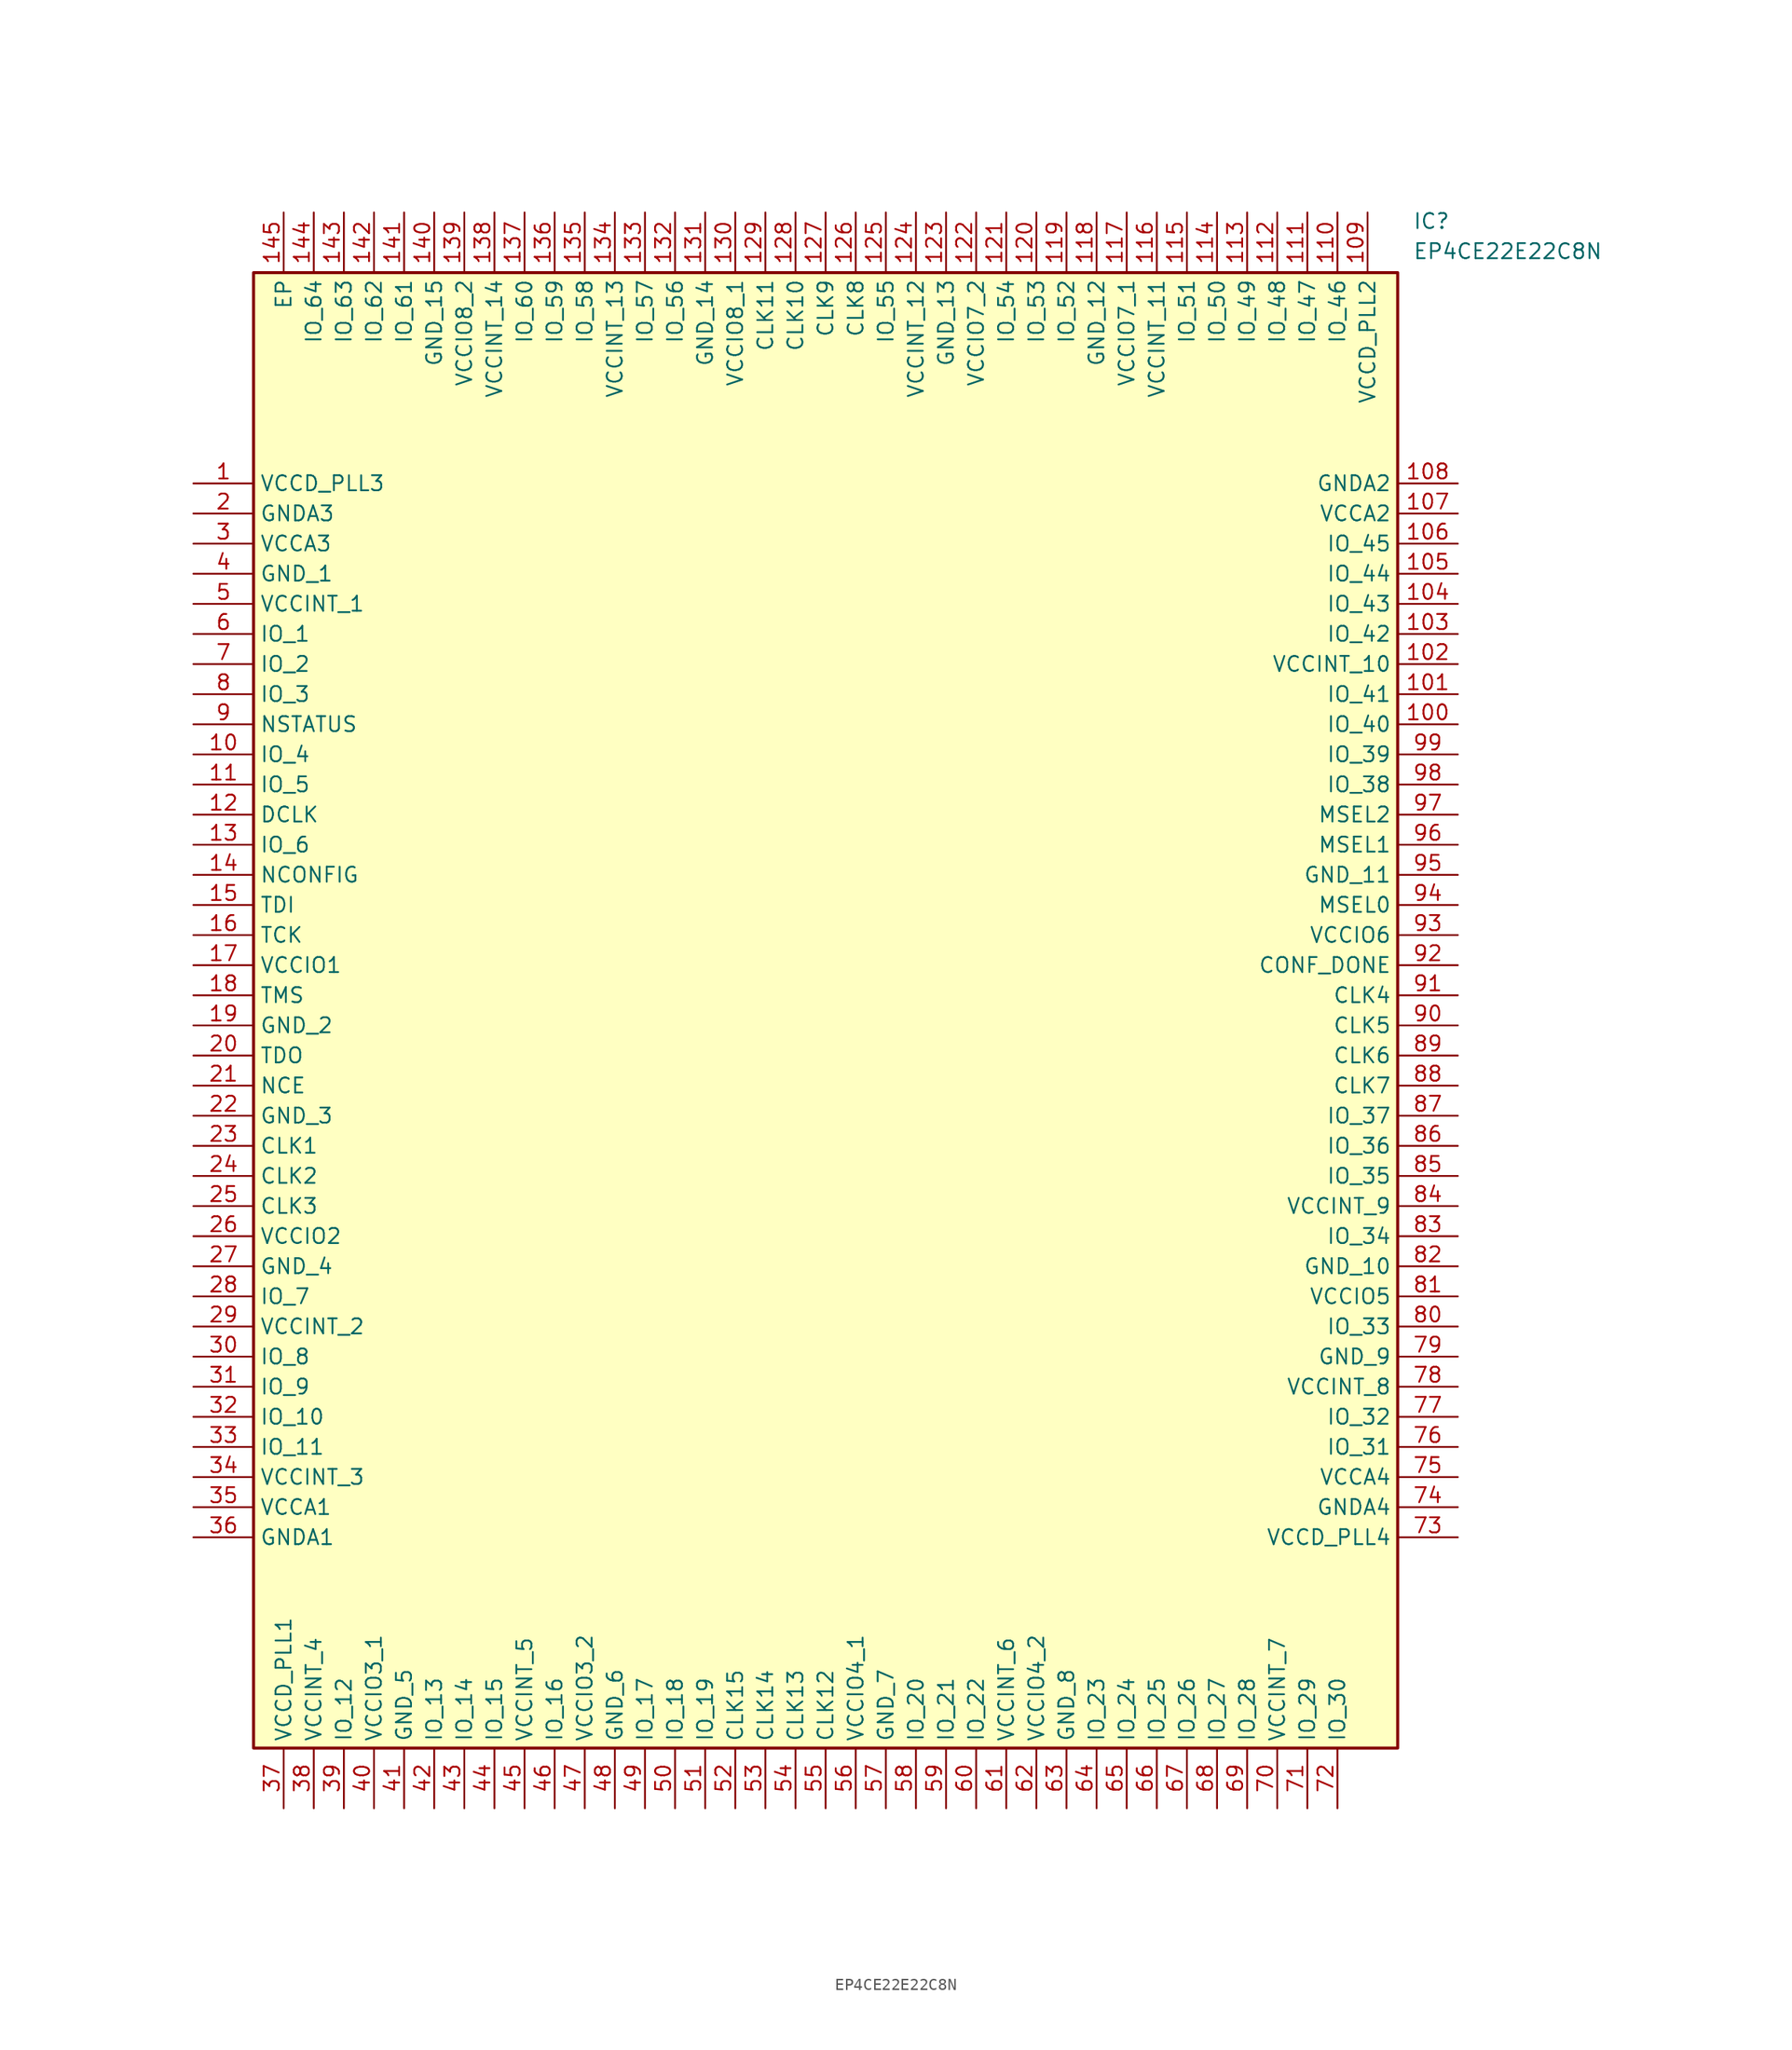
<source format=kicad_sym>
(kicad_symbol_lib
  (version 20211014)
  (generator SamacSys_ECAD_Model)
  (symbol "EP4CE22E22C8N"
    (property "Reference" "IC"
      (at 102.87 22.86 0)
      (effects (font (size 1.27 1.27)) (justify left top)))
    (property "Value" "EP4CE22E22C8N"
      (at 102.87 20.32 0)
      (effects (font (size 1.27 1.27)) (justify left top)))
    (rectangle
      (start 5.08 17.78)
      (end 101.6 -106.68)
      (stroke (width 0.254) (type default))
      (fill (type background)))
    (pin passive line
      (at 0 0 0)
      (length 5.08)
      (name "VCCD_PLL3" (effects (font (size 1.27 1.27))))
      (number "1" (effects (font (size 1.27 1.27)))))
    (pin passive line
      (at 0 -2.54 0)
      (length 5.08)
      (name "GNDA3" (effects (font (size 1.27 1.27))))
      (number "2" (effects (font (size 1.27 1.27)))))
    (pin passive line
      (at 0 -5.08 0)
      (length 5.08)
      (name "VCCA3" (effects (font (size 1.27 1.27))))
      (number "3" (effects (font (size 1.27 1.27)))))
    (pin passive line
      (at 0 -7.62 0)
      (length 5.08)
      (name "GND_1" (effects (font (size 1.27 1.27))))
      (number "4" (effects (font (size 1.27 1.27)))))
    (pin passive line
      (at 0 -10.16 0)
      (length 5.08)
      (name "VCCINT_1" (effects (font (size 1.27 1.27))))
      (number "5" (effects (font (size 1.27 1.27)))))
    (pin passive line
      (at 0 -12.7 0)
      (length 5.08)
      (name "IO_1" (effects (font (size 1.27 1.27))))
      (number "6" (effects (font (size 1.27 1.27)))))
    (pin passive line
      (at 0 -15.24 0)
      (length 5.08)
      (name "IO_2" (effects (font (size 1.27 1.27))))
      (number "7" (effects (font (size 1.27 1.27)))))
    (pin passive line
      (at 0 -17.78 0)
      (length 5.08)
      (name "IO_3" (effects (font (size 1.27 1.27))))
      (number "8" (effects (font (size 1.27 1.27)))))
    (pin passive line
      (at 0 -20.32 0)
      (length 5.08)
      (name "NSTATUS" (effects (font (size 1.27 1.27))))
      (number "9" (effects (font (size 1.27 1.27)))))
    (pin passive line
      (at 0 -22.86 0)
      (length 5.08)
      (name "IO_4" (effects (font (size 1.27 1.27))))
      (number "10" (effects (font (size 1.27 1.27)))))
    (pin passive line
      (at 0 -25.4 0)
      (length 5.08)
      (name "IO_5" (effects (font (size 1.27 1.27))))
      (number "11" (effects (font (size 1.27 1.27)))))
    (pin passive line
      (at 0 -27.94 0)
      (length 5.08)
      (name "DCLK" (effects (font (size 1.27 1.27))))
      (number "12" (effects (font (size 1.27 1.27)))))
    (pin passive line
      (at 0 -30.48 0)
      (length 5.08)
      (name "IO_6" (effects (font (size 1.27 1.27))))
      (number "13" (effects (font (size 1.27 1.27)))))
    (pin passive line
      (at 0 -33.02 0)
      (length 5.08)
      (name "NCONFIG" (effects (font (size 1.27 1.27))))
      (number "14" (effects (font (size 1.27 1.27)))))
    (pin passive line
      (at 0 -35.56 0)
      (length 5.08)
      (name "TDI" (effects (font (size 1.27 1.27))))
      (number "15" (effects (font (size 1.27 1.27)))))
    (pin passive line
      (at 0 -38.1 0)
      (length 5.08)
      (name "TCK" (effects (font (size 1.27 1.27))))
      (number "16" (effects (font (size 1.27 1.27)))))
    (pin passive line
      (at 0 -40.64 0)
      (length 5.08)
      (name "VCCIO1" (effects (font (size 1.27 1.27))))
      (number "17" (effects (font (size 1.27 1.27)))))
    (pin passive line
      (at 0 -43.18 0)
      (length 5.08)
      (name "TMS" (effects (font (size 1.27 1.27))))
      (number "18" (effects (font (size 1.27 1.27)))))
    (pin passive line
      (at 0 -45.72 0)
      (length 5.08)
      (name "GND_2" (effects (font (size 1.27 1.27))))
      (number "19" (effects (font (size 1.27 1.27)))))
    (pin passive line
      (at 0 -48.26 0)
      (length 5.08)
      (name "TDO" (effects (font (size 1.27 1.27))))
      (number "20" (effects (font (size 1.27 1.27)))))
    (pin passive line
      (at 0 -50.8 0)
      (length 5.08)
      (name "NCE" (effects (font (size 1.27 1.27))))
      (number "21" (effects (font (size 1.27 1.27)))))
    (pin passive line
      (at 0 -53.34 0)
      (length 5.08)
      (name "GND_3" (effects (font (size 1.27 1.27))))
      (number "22" (effects (font (size 1.27 1.27)))))
    (pin passive line
      (at 0 -55.88 0)
      (length 5.08)
      (name "CLK1" (effects (font (size 1.27 1.27))))
      (number "23" (effects (font (size 1.27 1.27)))))
    (pin passive line
      (at 0 -58.42 0)
      (length 5.08)
      (name "CLK2" (effects (font (size 1.27 1.27))))
      (number "24" (effects (font (size 1.27 1.27)))))
    (pin passive line
      (at 0 -60.96 0)
      (length 5.08)
      (name "CLK3" (effects (font (size 1.27 1.27))))
      (number "25" (effects (font (size 1.27 1.27)))))
    (pin passive line
      (at 0 -63.5 0)
      (length 5.08)
      (name "VCCIO2" (effects (font (size 1.27 1.27))))
      (number "26" (effects (font (size 1.27 1.27)))))
    (pin passive line
      (at 0 -66.04 0)
      (length 5.08)
      (name "GND_4" (effects (font (size 1.27 1.27))))
      (number "27" (effects (font (size 1.27 1.27)))))
    (pin passive line
      (at 0 -68.58 0)
      (length 5.08)
      (name "IO_7" (effects (font (size 1.27 1.27))))
      (number "28" (effects (font (size 1.27 1.27)))))
    (pin passive line
      (at 0 -71.12 0)
      (length 5.08)
      (name "VCCINT_2" (effects (font (size 1.27 1.27))))
      (number "29" (effects (font (size 1.27 1.27)))))
    (pin passive line
      (at 0 -73.66 0)
      (length 5.08)
      (name "IO_8" (effects (font (size 1.27 1.27))))
      (number "30" (effects (font (size 1.27 1.27)))))
    (pin passive line
      (at 0 -76.2 0)
      (length 5.08)
      (name "IO_9" (effects (font (size 1.27 1.27))))
      (number "31" (effects (font (size 1.27 1.27)))))
    (pin passive line
      (at 0 -78.74 0)
      (length 5.08)
      (name "IO_10" (effects (font (size 1.27 1.27))))
      (number "32" (effects (font (size 1.27 1.27)))))
    (pin passive line
      (at 0 -81.28 0)
      (length 5.08)
      (name "IO_11" (effects (font (size 1.27 1.27))))
      (number "33" (effects (font (size 1.27 1.27)))))
    (pin passive line
      (at 0 -83.82 0)
      (length 5.08)
      (name "VCCINT_3" (effects (font (size 1.27 1.27))))
      (number "34" (effects (font (size 1.27 1.27)))))
    (pin passive line
      (at 0 -86.36 0)
      (length 5.08)
      (name "VCCA1" (effects (font (size 1.27 1.27))))
      (number "35" (effects (font (size 1.27 1.27)))))
    (pin passive line
      (at 0 -88.9 0)
      (length 5.08)
      (name "GNDA1" (effects (font (size 1.27 1.27))))
      (number "36" (effects (font (size 1.27 1.27)))))
    (pin passive line
      (at 7.62 -111.76 90)
      (length 5.08)
      (name "VCCD_PLL1" (effects (font (size 1.27 1.27))))
      (number "37" (effects (font (size 1.27 1.27)))))
    (pin passive line
      (at 10.16 -111.76 90)
      (length 5.08)
      (name "VCCINT_4" (effects (font (size 1.27 1.27))))
      (number "38" (effects (font (size 1.27 1.27)))))
    (pin passive line
      (at 12.7 -111.76 90)
      (length 5.08)
      (name "IO_12" (effects (font (size 1.27 1.27))))
      (number "39" (effects (font (size 1.27 1.27)))))
    (pin passive line
      (at 15.24 -111.76 90)
      (length 5.08)
      (name "VCCIO3_1" (effects (font (size 1.27 1.27))))
      (number "40" (effects (font (size 1.27 1.27)))))
    (pin passive line
      (at 17.78 -111.76 90)
      (length 5.08)
      (name "GND_5" (effects (font (size 1.27 1.27))))
      (number "41" (effects (font (size 1.27 1.27)))))
    (pin passive line
      (at 20.32 -111.76 90)
      (length 5.08)
      (name "IO_13" (effects (font (size 1.27 1.27))))
      (number "42" (effects (font (size 1.27 1.27)))))
    (pin passive line
      (at 22.86 -111.76 90)
      (length 5.08)
      (name "IO_14" (effects (font (size 1.27 1.27))))
      (number "43" (effects (font (size 1.27 1.27)))))
    (pin passive line
      (at 25.4 -111.76 90)
      (length 5.08)
      (name "IO_15" (effects (font (size 1.27 1.27))))
      (number "44" (effects (font (size 1.27 1.27)))))
    (pin passive line
      (at 27.94 -111.76 90)
      (length 5.08)
      (name "VCCINT_5" (effects (font (size 1.27 1.27))))
      (number "45" (effects (font (size 1.27 1.27)))))
    (pin passive line
      (at 30.48 -111.76 90)
      (length 5.08)
      (name "IO_16" (effects (font (size 1.27 1.27))))
      (number "46" (effects (font (size 1.27 1.27)))))
    (pin passive line
      (at 33.02 -111.76 90)
      (length 5.08)
      (name "VCCIO3_2" (effects (font (size 1.27 1.27))))
      (number "47" (effects (font (size 1.27 1.27)))))
    (pin passive line
      (at 35.56 -111.76 90)
      (length 5.08)
      (name "GND_6" (effects (font (size 1.27 1.27))))
      (number "48" (effects (font (size 1.27 1.27)))))
    (pin passive line
      (at 38.1 -111.76 90)
      (length 5.08)
      (name "IO_17" (effects (font (size 1.27 1.27))))
      (number "49" (effects (font (size 1.27 1.27)))))
    (pin passive line
      (at 40.64 -111.76 90)
      (length 5.08)
      (name "IO_18" (effects (font (size 1.27 1.27))))
      (number "50" (effects (font (size 1.27 1.27)))))
    (pin passive line
      (at 43.18 -111.76 90)
      (length 5.08)
      (name "IO_19" (effects (font (size 1.27 1.27))))
      (number "51" (effects (font (size 1.27 1.27)))))
    (pin passive line
      (at 45.72 -111.76 90)
      (length 5.08)
      (name "CLK15" (effects (font (size 1.27 1.27))))
      (number "52" (effects (font (size 1.27 1.27)))))
    (pin passive line
      (at 48.26 -111.76 90)
      (length 5.08)
      (name "CLK14" (effects (font (size 1.27 1.27))))
      (number "53" (effects (font (size 1.27 1.27)))))
    (pin passive line
      (at 50.8 -111.76 90)
      (length 5.08)
      (name "CLK13" (effects (font (size 1.27 1.27))))
      (number "54" (effects (font (size 1.27 1.27)))))
    (pin passive line
      (at 53.34 -111.76 90)
      (length 5.08)
      (name "CLK12" (effects (font (size 1.27 1.27))))
      (number "55" (effects (font (size 1.27 1.27)))))
    (pin passive line
      (at 55.88 -111.76 90)
      (length 5.08)
      (name "VCCIO4_1" (effects (font (size 1.27 1.27))))
      (number "56" (effects (font (size 1.27 1.27)))))
    (pin passive line
      (at 58.42 -111.76 90)
      (length 5.08)
      (name "GND_7" (effects (font (size 1.27 1.27))))
      (number "57" (effects (font (size 1.27 1.27)))))
    (pin passive line
      (at 60.96 -111.76 90)
      (length 5.08)
      (name "IO_20" (effects (font (size 1.27 1.27))))
      (number "58" (effects (font (size 1.27 1.27)))))
    (pin passive line
      (at 63.5 -111.76 90)
      (length 5.08)
      (name "IO_21" (effects (font (size 1.27 1.27))))
      (number "59" (effects (font (size 1.27 1.27)))))
    (pin passive line
      (at 66.04 -111.76 90)
      (length 5.08)
      (name "IO_22" (effects (font (size 1.27 1.27))))
      (number "60" (effects (font (size 1.27 1.27)))))
    (pin passive line
      (at 68.58 -111.76 90)
      (length 5.08)
      (name "VCCINT_6" (effects (font (size 1.27 1.27))))
      (number "61" (effects (font (size 1.27 1.27)))))
    (pin passive line
      (at 71.12 -111.76 90)
      (length 5.08)
      (name "VCCIO4_2" (effects (font (size 1.27 1.27))))
      (number "62" (effects (font (size 1.27 1.27)))))
    (pin passive line
      (at 73.66 -111.76 90)
      (length 5.08)
      (name "GND_8" (effects (font (size 1.27 1.27))))
      (number "63" (effects (font (size 1.27 1.27)))))
    (pin passive line
      (at 76.2 -111.76 90)
      (length 5.08)
      (name "IO_23" (effects (font (size 1.27 1.27))))
      (number "64" (effects (font (size 1.27 1.27)))))
    (pin passive line
      (at 78.74 -111.76 90)
      (length 5.08)
      (name "IO_24" (effects (font (size 1.27 1.27))))
      (number "65" (effects (font (size 1.27 1.27)))))
    (pin passive line
      (at 81.28 -111.76 90)
      (length 5.08)
      (name "IO_25" (effects (font (size 1.27 1.27))))
      (number "66" (effects (font (size 1.27 1.27)))))
    (pin passive line
      (at 83.82 -111.76 90)
      (length 5.08)
      (name "IO_26" (effects (font (size 1.27 1.27))))
      (number "67" (effects (font (size 1.27 1.27)))))
    (pin passive line
      (at 86.36 -111.76 90)
      (length 5.08)
      (name "IO_27" (effects (font (size 1.27 1.27))))
      (number "68" (effects (font (size 1.27 1.27)))))
    (pin passive line
      (at 88.9 -111.76 90)
      (length 5.08)
      (name "IO_28" (effects (font (size 1.27 1.27))))
      (number "69" (effects (font (size 1.27 1.27)))))
    (pin passive line
      (at 91.44 -111.76 90)
      (length 5.08)
      (name "VCCINT_7" (effects (font (size 1.27 1.27))))
      (number "70" (effects (font (size 1.27 1.27)))))
    (pin passive line
      (at 93.98 -111.76 90)
      (length 5.08)
      (name "IO_29" (effects (font (size 1.27 1.27))))
      (number "71" (effects (font (size 1.27 1.27)))))
    (pin passive line
      (at 96.52 -111.76 90)
      (length 5.08)
      (name "IO_30" (effects (font (size 1.27 1.27))))
      (number "72" (effects (font (size 1.27 1.27)))))
    (pin passive line
      (at 106.68 0 180)
      (length 5.08)
      (name "GNDA2" (effects (font (size 1.27 1.27))))
      (number "108" (effects (font (size 1.27 1.27)))))
    (pin passive line
      (at 106.68 -2.54 180)
      (length 5.08)
      (name "VCCA2" (effects (font (size 1.27 1.27))))
      (number "107" (effects (font (size 1.27 1.27)))))
    (pin passive line
      (at 106.68 -5.08 180)
      (length 5.08)
      (name "IO_45" (effects (font (size 1.27 1.27))))
      (number "106" (effects (font (size 1.27 1.27)))))
    (pin passive line
      (at 106.68 -7.62 180)
      (length 5.08)
      (name "IO_44" (effects (font (size 1.27 1.27))))
      (number "105" (effects (font (size 1.27 1.27)))))
    (pin passive line
      (at 106.68 -10.16 180)
      (length 5.08)
      (name "IO_43" (effects (font (size 1.27 1.27))))
      (number "104" (effects (font (size 1.27 1.27)))))
    (pin passive line
      (at 106.68 -12.7 180)
      (length 5.08)
      (name "IO_42" (effects (font (size 1.27 1.27))))
      (number "103" (effects (font (size 1.27 1.27)))))
    (pin passive line
      (at 106.68 -15.24 180)
      (length 5.08)
      (name "VCCINT_10" (effects (font (size 1.27 1.27))))
      (number "102" (effects (font (size 1.27 1.27)))))
    (pin passive line
      (at 106.68 -17.78 180)
      (length 5.08)
      (name "IO_41" (effects (font (size 1.27 1.27))))
      (number "101" (effects (font (size 1.27 1.27)))))
    (pin passive line
      (at 106.68 -20.32 180)
      (length 5.08)
      (name "IO_40" (effects (font (size 1.27 1.27))))
      (number "100" (effects (font (size 1.27 1.27)))))
    (pin passive line
      (at 106.68 -22.86 180)
      (length 5.08)
      (name "IO_39" (effects (font (size 1.27 1.27))))
      (number "99" (effects (font (size 1.27 1.27)))))
    (pin passive line
      (at 106.68 -25.4 180)
      (length 5.08)
      (name "IO_38" (effects (font (size 1.27 1.27))))
      (number "98" (effects (font (size 1.27 1.27)))))
    (pin passive line
      (at 106.68 -27.94 180)
      (length 5.08)
      (name "MSEL2" (effects (font (size 1.27 1.27))))
      (number "97" (effects (font (size 1.27 1.27)))))
    (pin passive line
      (at 106.68 -30.48 180)
      (length 5.08)
      (name "MSEL1" (effects (font (size 1.27 1.27))))
      (number "96" (effects (font (size 1.27 1.27)))))
    (pin passive line
      (at 106.68 -33.02 180)
      (length 5.08)
      (name "GND_11" (effects (font (size 1.27 1.27))))
      (number "95" (effects (font (size 1.27 1.27)))))
    (pin passive line
      (at 106.68 -35.56 180)
      (length 5.08)
      (name "MSEL0" (effects (font (size 1.27 1.27))))
      (number "94" (effects (font (size 1.27 1.27)))))
    (pin passive line
      (at 106.68 -38.1 180)
      (length 5.08)
      (name "VCCIO6" (effects (font (size 1.27 1.27))))
      (number "93" (effects (font (size 1.27 1.27)))))
    (pin passive line
      (at 106.68 -40.64 180)
      (length 5.08)
      (name "CONF_DONE" (effects (font (size 1.27 1.27))))
      (number "92" (effects (font (size 1.27 1.27)))))
    (pin passive line
      (at 106.68 -43.18 180)
      (length 5.08)
      (name "CLK4" (effects (font (size 1.27 1.27))))
      (number "91" (effects (font (size 1.27 1.27)))))
    (pin passive line
      (at 106.68 -45.72 180)
      (length 5.08)
      (name "CLK5" (effects (font (size 1.27 1.27))))
      (number "90" (effects (font (size 1.27 1.27)))))
    (pin passive line
      (at 106.68 -48.26 180)
      (length 5.08)
      (name "CLK6" (effects (font (size 1.27 1.27))))
      (number "89" (effects (font (size 1.27 1.27)))))
    (pin passive line
      (at 106.68 -50.8 180)
      (length 5.08)
      (name "CLK7" (effects (font (size 1.27 1.27))))
      (number "88" (effects (font (size 1.27 1.27)))))
    (pin passive line
      (at 106.68 -53.34 180)
      (length 5.08)
      (name "IO_37" (effects (font (size 1.27 1.27))))
      (number "87" (effects (font (size 1.27 1.27)))))
    (pin passive line
      (at 106.68 -55.88 180)
      (length 5.08)
      (name "IO_36" (effects (font (size 1.27 1.27))))
      (number "86" (effects (font (size 1.27 1.27)))))
    (pin passive line
      (at 106.68 -58.42 180)
      (length 5.08)
      (name "IO_35" (effects (font (size 1.27 1.27))))
      (number "85" (effects (font (size 1.27 1.27)))))
    (pin passive line
      (at 106.68 -60.96 180)
      (length 5.08)
      (name "VCCINT_9" (effects (font (size 1.27 1.27))))
      (number "84" (effects (font (size 1.27 1.27)))))
    (pin passive line
      (at 106.68 -63.5 180)
      (length 5.08)
      (name "IO_34" (effects (font (size 1.27 1.27))))
      (number "83" (effects (font (size 1.27 1.27)))))
    (pin passive line
      (at 106.68 -66.04 180)
      (length 5.08)
      (name "GND_10" (effects (font (size 1.27 1.27))))
      (number "82" (effects (font (size 1.27 1.27)))))
    (pin passive line
      (at 106.68 -68.58 180)
      (length 5.08)
      (name "VCCIO5" (effects (font (size 1.27 1.27))))
      (number "81" (effects (font (size 1.27 1.27)))))
    (pin passive line
      (at 106.68 -71.12 180)
      (length 5.08)
      (name "IO_33" (effects (font (size 1.27 1.27))))
      (number "80" (effects (font (size 1.27 1.27)))))
    (pin passive line
      (at 106.68 -73.66 180)
      (length 5.08)
      (name "GND_9" (effects (font (size 1.27 1.27))))
      (number "79" (effects (font (size 1.27 1.27)))))
    (pin passive line
      (at 106.68 -76.2 180)
      (length 5.08)
      (name "VCCINT_8" (effects (font (size 1.27 1.27))))
      (number "78" (effects (font (size 1.27 1.27)))))
    (pin passive line
      (at 106.68 -78.74 180)
      (length 5.08)
      (name "IO_32" (effects (font (size 1.27 1.27))))
      (number "77" (effects (font (size 1.27 1.27)))))
    (pin passive line
      (at 106.68 -81.28 180)
      (length 5.08)
      (name "IO_31" (effects (font (size 1.27 1.27))))
      (number "76" (effects (font (size 1.27 1.27)))))
    (pin passive line
      (at 106.68 -83.82 180)
      (length 5.08)
      (name "VCCA4" (effects (font (size 1.27 1.27))))
      (number "75" (effects (font (size 1.27 1.27)))))
    (pin passive line
      (at 106.68 -86.36 180)
      (length 5.08)
      (name "GNDA4" (effects (font (size 1.27 1.27))))
      (number "74" (effects (font (size 1.27 1.27)))))
    (pin passive line
      (at 106.68 -88.9 180)
      (length 5.08)
      (name "VCCD_PLL4" (effects (font (size 1.27 1.27))))
      (number "73" (effects (font (size 1.27 1.27)))))
    (pin passive line
      (at 7.62 22.86 270)
      (length 5.08)
      (name "EP" (effects (font (size 1.27 1.27))))
      (number "145" (effects (font (size 1.27 1.27)))))
    (pin passive line
      (at 10.16 22.86 270)
      (length 5.08)
      (name "IO_64" (effects (font (size 1.27 1.27))))
      (number "144" (effects (font (size 1.27 1.27)))))
    (pin passive line
      (at 12.7 22.86 270)
      (length 5.08)
      (name "IO_63" (effects (font (size 1.27 1.27))))
      (number "143" (effects (font (size 1.27 1.27)))))
    (pin passive line
      (at 15.24 22.86 270)
      (length 5.08)
      (name "IO_62" (effects (font (size 1.27 1.27))))
      (number "142" (effects (font (size 1.27 1.27)))))
    (pin passive line
      (at 17.78 22.86 270)
      (length 5.08)
      (name "IO_61" (effects (font (size 1.27 1.27))))
      (number "141" (effects (font (size 1.27 1.27)))))
    (pin passive line
      (at 20.32 22.86 270)
      (length 5.08)
      (name "GND_15" (effects (font (size 1.27 1.27))))
      (number "140" (effects (font (size 1.27 1.27)))))
    (pin passive line
      (at 22.86 22.86 270)
      (length 5.08)
      (name "VCCIO8_2" (effects (font (size 1.27 1.27))))
      (number "139" (effects (font (size 1.27 1.27)))))
    (pin passive line
      (at 25.4 22.86 270)
      (length 5.08)
      (name "VCCINT_14" (effects (font (size 1.27 1.27))))
      (number "138" (effects (font (size 1.27 1.27)))))
    (pin passive line
      (at 27.94 22.86 270)
      (length 5.08)
      (name "IO_60" (effects (font (size 1.27 1.27))))
      (number "137" (effects (font (size 1.27 1.27)))))
    (pin passive line
      (at 30.48 22.86 270)
      (length 5.08)
      (name "IO_59" (effects (font (size 1.27 1.27))))
      (number "136" (effects (font (size 1.27 1.27)))))
    (pin passive line
      (at 33.02 22.86 270)
      (length 5.08)
      (name "IO_58" (effects (font (size 1.27 1.27))))
      (number "135" (effects (font (size 1.27 1.27)))))
    (pin passive line
      (at 35.56 22.86 270)
      (length 5.08)
      (name "VCCINT_13" (effects (font (size 1.27 1.27))))
      (number "134" (effects (font (size 1.27 1.27)))))
    (pin passive line
      (at 38.1 22.86 270)
      (length 5.08)
      (name "IO_57" (effects (font (size 1.27 1.27))))
      (number "133" (effects (font (size 1.27 1.27)))))
    (pin passive line
      (at 40.64 22.86 270)
      (length 5.08)
      (name "IO_56" (effects (font (size 1.27 1.27))))
      (number "132" (effects (font (size 1.27 1.27)))))
    (pin passive line
      (at 43.18 22.86 270)
      (length 5.08)
      (name "GND_14" (effects (font (size 1.27 1.27))))
      (number "131" (effects (font (size 1.27 1.27)))))
    (pin passive line
      (at 45.72 22.86 270)
      (length 5.08)
      (name "VCCIO8_1" (effects (font (size 1.27 1.27))))
      (number "130" (effects (font (size 1.27 1.27)))))
    (pin passive line
      (at 48.26 22.86 270)
      (length 5.08)
      (name "CLK11" (effects (font (size 1.27 1.27))))
      (number "129" (effects (font (size 1.27 1.27)))))
    (pin passive line
      (at 50.8 22.86 270)
      (length 5.08)
      (name "CLK10" (effects (font (size 1.27 1.27))))
      (number "128" (effects (font (size 1.27 1.27)))))
    (pin passive line
      (at 53.34 22.86 270)
      (length 5.08)
      (name "CLK9" (effects (font (size 1.27 1.27))))
      (number "127" (effects (font (size 1.27 1.27)))))
    (pin passive line
      (at 55.88 22.86 270)
      (length 5.08)
      (name "CLK8" (effects (font (size 1.27 1.27))))
      (number "126" (effects (font (size 1.27 1.27)))))
    (pin passive line
      (at 58.42 22.86 270)
      (length 5.08)
      (name "IO_55" (effects (font (size 1.27 1.27))))
      (number "125" (effects (font (size 1.27 1.27)))))
    (pin passive line
      (at 60.96 22.86 270)
      (length 5.08)
      (name "VCCINT_12" (effects (font (size 1.27 1.27))))
      (number "124" (effects (font (size 1.27 1.27)))))
    (pin passive line
      (at 63.5 22.86 270)
      (length 5.08)
      (name "GND_13" (effects (font (size 1.27 1.27))))
      (number "123" (effects (font (size 1.27 1.27)))))
    (pin passive line
      (at 66.04 22.86 270)
      (length 5.08)
      (name "VCCIO7_2" (effects (font (size 1.27 1.27))))
      (number "122" (effects (font (size 1.27 1.27)))))
    (pin passive line
      (at 68.58 22.86 270)
      (length 5.08)
      (name "IO_54" (effects (font (size 1.27 1.27))))
      (number "121" (effects (font (size 1.27 1.27)))))
    (pin passive line
      (at 71.12 22.86 270)
      (length 5.08)
      (name "IO_53" (effects (font (size 1.27 1.27))))
      (number "120" (effects (font (size 1.27 1.27)))))
    (pin passive line
      (at 73.66 22.86 270)
      (length 5.08)
      (name "IO_52" (effects (font (size 1.27 1.27))))
      (number "119" (effects (font (size 1.27 1.27)))))
    (pin passive line
      (at 76.2 22.86 270)
      (length 5.08)
      (name "GND_12" (effects (font (size 1.27 1.27))))
      (number "118" (effects (font (size 1.27 1.27)))))
    (pin passive line
      (at 78.74 22.86 270)
      (length 5.08)
      (name "VCCIO7_1" (effects (font (size 1.27 1.27))))
      (number "117" (effects (font (size 1.27 1.27)))))
    (pin passive line
      (at 81.28 22.86 270)
      (length 5.08)
      (name "VCCINT_11" (effects (font (size 1.27 1.27))))
      (number "116" (effects (font (size 1.27 1.27)))))
    (pin passive line
      (at 83.82 22.86 270)
      (length 5.08)
      (name "IO_51" (effects (font (size 1.27 1.27))))
      (number "115" (effects (font (size 1.27 1.27)))))
    (pin passive line
      (at 86.36 22.86 270)
      (length 5.08)
      (name "IO_50" (effects (font (size 1.27 1.27))))
      (number "114" (effects (font (size 1.27 1.27)))))
    (pin passive line
      (at 88.9 22.86 270)
      (length 5.08)
      (name "IO_49" (effects (font (size 1.27 1.27))))
      (number "113" (effects (font (size 1.27 1.27)))))
    (pin passive line
      (at 91.44 22.86 270)
      (length 5.08)
      (name "IO_48" (effects (font (size 1.27 1.27))))
      (number "112" (effects (font (size 1.27 1.27)))))
    (pin passive line
      (at 93.98 22.86 270)
      (length 5.08)
      (name "IO_47" (effects (font (size 1.27 1.27))))
      (number "111" (effects (font (size 1.27 1.27)))))
    (pin passive line
      (at 96.52 22.86 270)
      (length 5.08)
      (name "IO_46" (effects (font (size 1.27 1.27))))
      (number "110" (effects (font (size 1.27 1.27)))))
    (pin passive line
      (at 99.06 22.86 270)
      (length 5.08)
      (name "VCCD_PLL2" (effects (font (size 1.27 1.27))))
      (number "109" (effects (font (size 1.27 1.27)))))))
</source>
